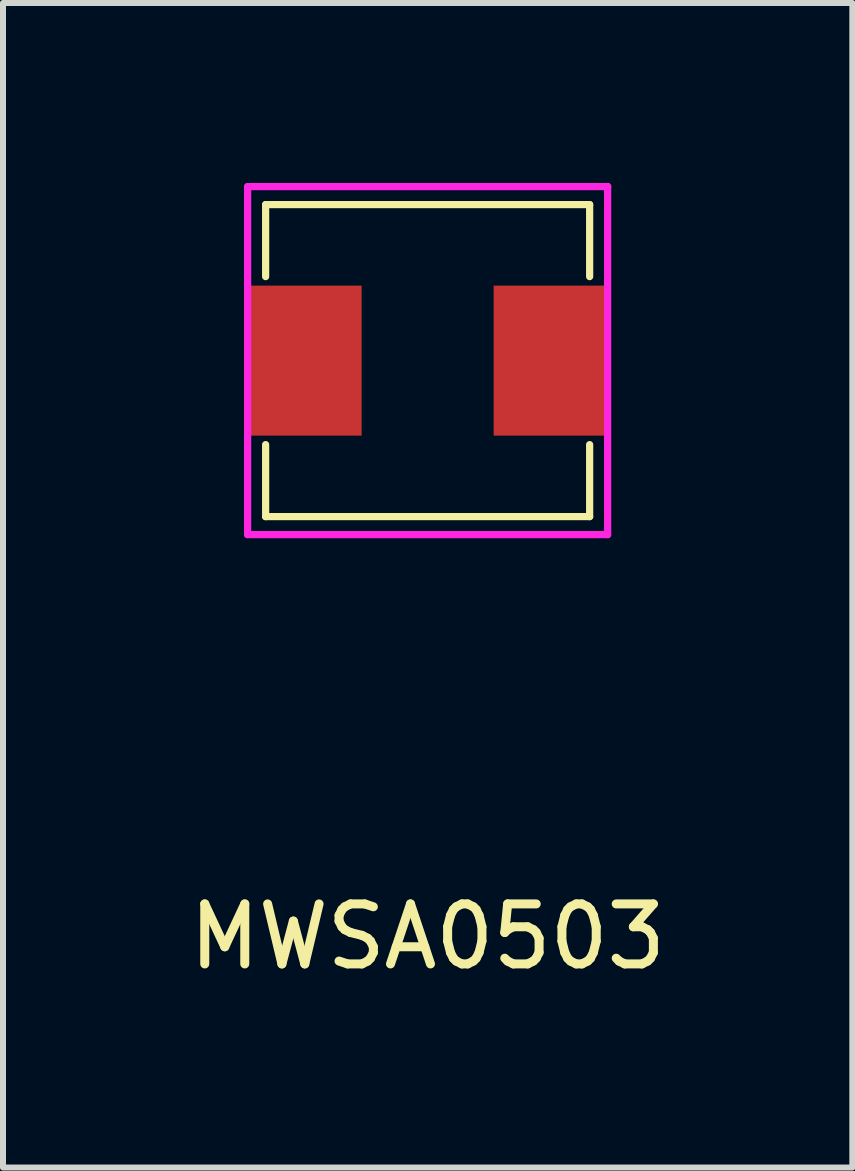
<source format=kicad_pcb>
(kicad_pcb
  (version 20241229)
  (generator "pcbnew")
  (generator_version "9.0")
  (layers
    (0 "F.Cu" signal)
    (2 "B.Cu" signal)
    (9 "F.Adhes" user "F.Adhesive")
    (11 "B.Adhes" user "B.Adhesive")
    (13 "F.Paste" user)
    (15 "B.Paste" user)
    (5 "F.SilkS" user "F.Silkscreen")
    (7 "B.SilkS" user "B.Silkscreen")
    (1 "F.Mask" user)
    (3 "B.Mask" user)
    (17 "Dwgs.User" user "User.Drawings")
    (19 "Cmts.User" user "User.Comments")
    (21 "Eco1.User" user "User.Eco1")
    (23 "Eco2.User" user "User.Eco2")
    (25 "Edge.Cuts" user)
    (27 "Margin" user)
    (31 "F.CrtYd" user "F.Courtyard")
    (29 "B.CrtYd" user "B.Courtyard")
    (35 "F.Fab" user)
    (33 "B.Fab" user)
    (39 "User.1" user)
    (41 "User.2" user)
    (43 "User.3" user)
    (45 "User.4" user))
  (footprint "MWSA0503"
    (layer "F.Cu")
    (at 4.077 2.96)
    (property "Reference" "MWSA0503" (at 0 9.6 0) (layer "F.SilkS") (effects (font (size 1 1) (thickness 0.15))))
    (attr smd)
    (fp_line (start -2.7 -2.6) (end -2.7 -1.4) (stroke (width 0.12) (type solid)) (layer "F.SilkS"))
    (fp_line (start -2.7 -2.6) (end 2.7 -2.6) (stroke (width 0.12) (type solid)) (layer "F.SilkS"))
    (fp_line (start -2.7 2.6) (end -2.7 1.4) (stroke (width 0.12) (type solid)) (layer "F.SilkS"))
    (fp_line (start 2.7 -2.6) (end 2.7 -1.4) (stroke (width 0.12) (type solid)) (layer "F.SilkS"))
    (fp_line (start 2.7 2.6) (end -2.7 2.6) (stroke (width 0.12) (type solid)) (layer "F.SilkS"))
    (fp_line (start 2.7 2.6) (end 2.7 1.4) (stroke (width 0.12) (type solid)) (layer "F.SilkS"))
    (fp_line (start -3 -2.9) (end -3 2.9) (stroke (width 0.12) (type solid)) (layer "F.CrtYd"))
    (fp_line (start -3 2.9) (end 3 2.9) (stroke (width 0.12) (type solid)) (layer "F.CrtYd"))
    (fp_line (start 3 -2.9) (end -3 -2.9) (stroke (width 0.12) (type solid)) (layer "F.CrtYd"))
    (fp_line (start 3 -2.9) (end 3 -2.9) (stroke (width 0.12) (type solid)) (layer "F.CrtYd"))
    (fp_line (start 3 2.9) (end 3 -2.9) (stroke (width 0.12) (type solid)) (layer "F.CrtYd"))
    (pad "1" smd rect (at 2.05 0) (size 1.9 2.5) (layers "F.Cu" "F.Mask" "F.Paste"))
    (pad "2" smd rect (at -2.05 0) (size 1.9 2.5) (layers "F.Cu" "F.Mask" "F.Paste")))
  (gr_rect
    (start -3 -3)
    (end 11.155 16.408)
    (stroke (width 0.1) (type default))
    (fill no)
    (layer "Edge.Cuts")))
</source>
